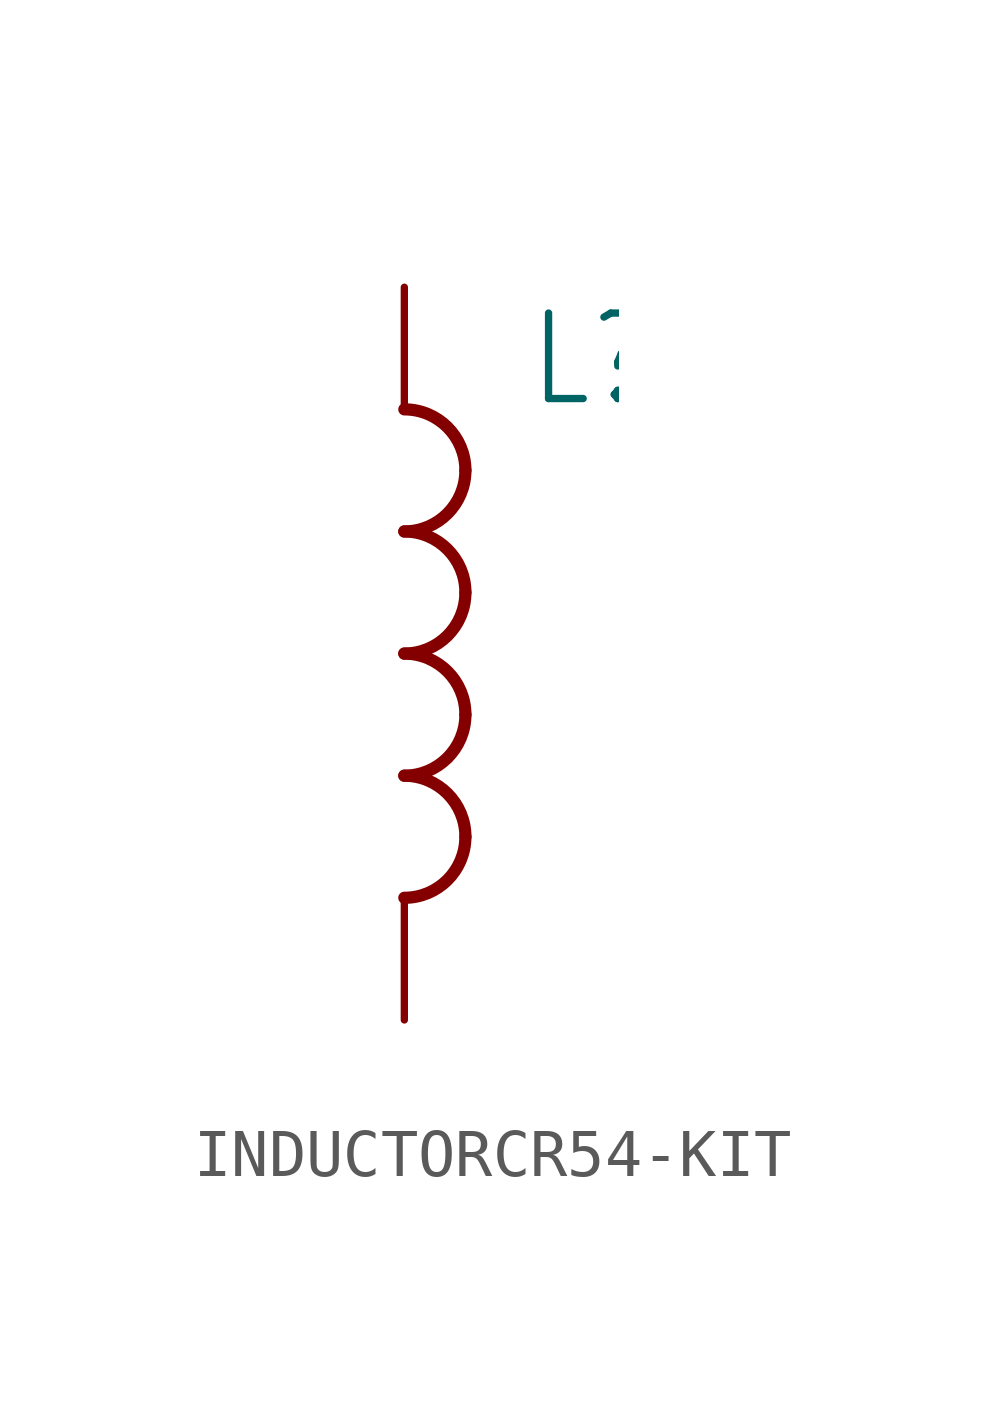
<source format=kicad_sym>
(kicad_symbol_lib
  (version 20241209)
  (generator "kicad_symbol_editor")
  (generator_version "9.0")
  (symbol "INDUCTORCR54-KIT"
    (property "Reference" "L"
      (at 2.54 5.08 0)
      (effects (font (size 1.778 1.511)) (justify left bottom)))
    (property "Value" ""
      (at 2.54 -5.08 0)
      (effects (font (size 1.778 1.511)) (justify left bottom)))
    (property "ki_locked" ""
      (at 0 0 0)
      (effects (font (size 1.27 1.27))))
    (symbol "INDUCTORCR54-KIT_1_0"
      (arc (start 0 5.08) (mid 0.898 4.708) (end 1.27 3.81) (stroke (width 0.254) (type solid)) (fill (type none)))
      (arc (start 1.27 3.81) (mid 0.898 2.912) (end 0 2.54) (stroke (width 0.254) (type solid)) (fill (type none)))
      (arc (start 1.27 1.27) (mid 0.898 0.372) (end 0 0) (stroke (width 0.254) (type solid)) (fill (type none)))
      (arc (start 0 2.54) (mid 0.8981 2.168) (end 1.2701 1.2699) (stroke (width 0.254) (type solid)) (fill (type none)))
      (arc (start 1.2701 -1.2699) (mid 0.8981 -2.168) (end 0 -2.54) (stroke (width 0.254) (type solid)) (fill (type none)))
      (arc (start 0 0) (mid 0.898 -0.372) (end 1.27 -1.27) (stroke (width 0.254) (type solid)) (fill (type none)))
      (arc (start 0 -2.54) (mid 0.898 -2.912) (end 1.27 -3.81) (stroke (width 0.254) (type solid)) (fill (type none)))
      (arc (start 1.27 -3.81) (mid 0.898 -4.708) (end 0 -5.08) (stroke (width 0.254) (type solid)) (fill (type none)))
      (pin passive line (at 0 7.62 270) (length 2.54) (name "1" (effects (font (size 0 0)))) (number "P$1" (effects (font (size 0 0)))))
      (pin passive line (at 0 -7.62 90) (length 2.54) (name "2" (effects (font (size 0 0)))) (number "P$2" (effects (font (size 0 0))))))))
</source>
